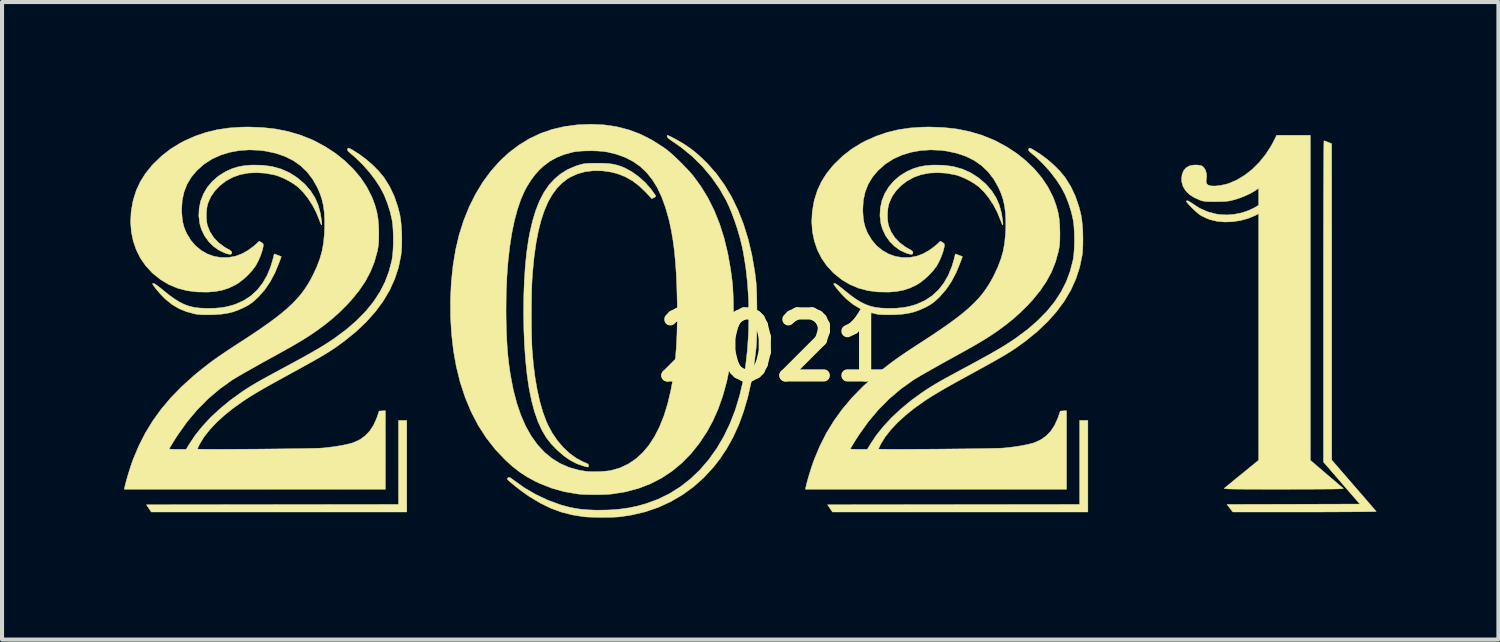
<source format=kicad_pcb>
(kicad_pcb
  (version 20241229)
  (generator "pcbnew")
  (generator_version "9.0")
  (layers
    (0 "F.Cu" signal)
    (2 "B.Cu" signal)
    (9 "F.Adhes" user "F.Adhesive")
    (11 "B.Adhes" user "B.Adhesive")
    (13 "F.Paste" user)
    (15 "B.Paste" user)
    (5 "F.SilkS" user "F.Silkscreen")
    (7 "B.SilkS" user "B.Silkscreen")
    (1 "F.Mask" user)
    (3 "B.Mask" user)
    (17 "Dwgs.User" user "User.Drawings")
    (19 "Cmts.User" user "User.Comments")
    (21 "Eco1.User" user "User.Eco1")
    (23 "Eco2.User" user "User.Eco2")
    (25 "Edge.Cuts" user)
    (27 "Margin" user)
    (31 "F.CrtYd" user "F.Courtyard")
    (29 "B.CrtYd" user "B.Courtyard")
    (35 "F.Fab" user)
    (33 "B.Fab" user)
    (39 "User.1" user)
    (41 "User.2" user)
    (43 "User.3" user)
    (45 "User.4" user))
  (footprint "2021"
    (layer "F.Cu")
    (at 16.044 5.491)
    (property "Reference" "2021" (at 0 0 0) (layer "F.SilkS") (effects (font (size 1.524 1.524) (thickness 0.3))))
    (attr through_hole)
    (fp_poly (pts (xy -9.093 4.047) (xy -15.375 4.047) (xy -15.494 3.869) (xy -12.395 3.865) (xy -9.296 3.861) (xy -9.296 1.795) (xy -9.093 1.795) (xy -9.093 4.047)) (stroke (width 0.01) (type solid)) (fill yes) (layer "F.SilkS"))
    (fp_poly (pts (xy 7.654 4.047) (xy 1.373 4.047) (xy 1.253 3.869) (xy 4.352 3.865) (xy 7.451 3.861) (xy 7.451 1.795) (xy 7.654 1.795) (xy 7.654 4.047)) (stroke (width 0.01) (type solid)) (fill yes) (layer "F.SilkS"))
    (fp_poly (pts (xy 13.482 -5.074) (xy 13.525 -5.058) (xy 13.561 -5.044) (xy 13.648 -5.008) (xy 13.649 -1.12) (xy 13.649 2.769) (xy 14.192 3.395) (xy 14.3 3.52) (xy 14.401 3.636) (xy 14.493 3.743) (xy 14.574 3.836) (xy 14.641 3.915) (xy 14.693 3.976) (xy 14.728 4.016) (xy 14.743 4.034) (xy 14.743 4.034) (xy 14.728 4.036) (xy 14.68 4.038) (xy 14.604 4.039) (xy 14.5 4.041) (xy 14.371 4.042) (xy 14.219 4.043) (xy 14.047 4.044) (xy 13.856 4.045) (xy 13.649 4.046) (xy 13.428 4.047) (xy 13.196 4.047) (xy 12.984 4.047) (xy 11.218 4.047) (xy 11.073 3.861) (xy 12.707 3.857) (xy 14.341 3.852) (xy 13.894 3.336) (xy 13.447 2.819) (xy 13.446 -1.13) (xy 13.446 -1.505) (xy 13.446 -1.869) (xy 13.446 -2.221) (xy 13.447 -2.558) (xy 13.447 -2.881) (xy 13.448 -3.188) (xy 13.448 -3.476) (xy 13.449 -3.746) (xy 13.45 -3.995) (xy 13.451 -4.221) (xy 13.452 -4.425) (xy 13.453 -4.603) (xy 13.454 -4.756) (xy 13.455 -4.88) (xy 13.456 -4.976) (xy 13.458 -5.042) (xy 13.459 -5.075) (xy 13.46 -5.08) (xy 13.482 -5.074)) (stroke (width 0.01) (type solid)) (fill yes) (layer "F.SilkS"))
    (fp_poly (pts (xy -12.264 -2.266) (xy -12.177 -2.233) (xy -12.227 -2.095) (xy -12.331 -1.841) (xy -12.449 -1.617) (xy -12.582 -1.421) (xy -12.731 -1.25) (xy -12.768 -1.214) (xy -12.848 -1.14) (xy -12.918 -1.085) (xy -12.989 -1.038) (xy -13.074 -0.992) (xy -13.094 -0.982) (xy -13.231 -0.92) (xy -13.362 -0.873) (xy -13.495 -0.84) (xy -13.639 -0.818) (xy -13.802 -0.806) (xy -13.894 -0.803) (xy -14.031 -0.802) (xy -14.141 -0.804) (xy -14.227 -0.81) (xy -14.297 -0.821) (xy -14.298 -0.821) (xy -14.508 -0.877) (xy -14.695 -0.954) (xy -14.864 -1.055) (xy -15.022 -1.183) (xy -15.04 -1.2) (xy -15.102 -1.262) (xy -15.165 -1.329) (xy -15.225 -1.398) (xy -15.276 -1.461) (xy -15.315 -1.514) (xy -15.338 -1.552) (xy -15.342 -1.564) (xy -15.331 -1.577) (xy -15.297 -1.565) (xy -15.241 -1.529) (xy -15.162 -1.469) (xy -15.11 -1.427) (xy -14.955 -1.301) (xy -14.816 -1.2) (xy -14.688 -1.119) (xy -14.566 -1.058) (xy -14.445 -1.014) (xy -14.319 -0.984) (xy -14.182 -0.967) (xy -14.03 -0.96) (xy -13.987 -0.96) (xy -13.808 -0.963) (xy -13.653 -0.977) (xy -13.511 -1.001) (xy -13.372 -1.039) (xy -13.288 -1.067) (xy -13.095 -1.155) (xy -12.921 -1.27) (xy -12.768 -1.412) (xy -12.636 -1.58) (xy -12.525 -1.773) (xy -12.436 -1.991) (xy -12.388 -2.153) (xy -12.351 -2.298) (xy -12.264 -2.266)) (stroke (width 0.01) (type solid)) (fill yes) (layer "F.SilkS"))
    (fp_poly (pts (xy 4.483 -2.266) (xy 4.57 -2.233) (xy 4.52 -2.095) (xy 4.416 -1.841) (xy 4.298 -1.617) (xy 4.165 -1.421) (xy 4.016 -1.25) (xy 3.98 -1.214) (xy 3.899 -1.14) (xy 3.829 -1.085) (xy 3.758 -1.038) (xy 3.673 -0.992) (xy 3.653 -0.982) (xy 3.516 -0.92) (xy 3.385 -0.873) (xy 3.252 -0.84) (xy 3.108 -0.818) (xy 2.945 -0.806) (xy 2.853 -0.803) (xy 2.716 -0.802) (xy 2.606 -0.804) (xy 2.52 -0.81) (xy 2.45 -0.821) (xy 2.449 -0.821) (xy 2.239 -0.877) (xy 2.052 -0.954) (xy 1.883 -1.055) (xy 1.725 -1.183) (xy 1.707 -1.2) (xy 1.645 -1.262) (xy 1.582 -1.329) (xy 1.523 -1.398) (xy 1.471 -1.461) (xy 1.432 -1.514) (xy 1.409 -1.552) (xy 1.405 -1.564) (xy 1.417 -1.577) (xy 1.45 -1.565) (xy 1.506 -1.529) (xy 1.585 -1.469) (xy 1.637 -1.427) (xy 1.792 -1.301) (xy 1.931 -1.2) (xy 2.059 -1.119) (xy 2.181 -1.058) (xy 2.302 -1.014) (xy 2.428 -0.984) (xy 2.565 -0.967) (xy 2.717 -0.96) (xy 2.76 -0.96) (xy 2.939 -0.963) (xy 3.094 -0.977) (xy 3.236 -1.001) (xy 3.375 -1.039) (xy 3.459 -1.067) (xy 3.652 -1.155) (xy 3.826 -1.27) (xy 3.979 -1.412) (xy 4.111 -1.58) (xy 4.222 -1.773) (xy 4.311 -1.991) (xy 4.359 -2.153) (xy 4.396 -2.298) (xy 4.483 -2.266)) (stroke (width 0.01) (type solid)) (fill yes) (layer "F.SilkS"))
    (fp_poly (pts (xy -12.638 -4.479) (xy -12.402 -4.447) (xy -12.182 -4.386) (xy -11.978 -4.295) (xy -11.789 -4.175) (xy -11.613 -4.025) (xy -11.582 -3.994) (xy -11.452 -3.841) (xy -11.349 -3.678) (xy -11.271 -3.498) (xy -11.217 -3.299) (xy -11.185 -3.091) (xy -11.181 -3.034) (xy -11.185 -3.01) (xy -11.196 -3.017) (xy -11.215 -3.058) (xy -11.242 -3.131) (xy -11.243 -3.133) (xy -11.318 -3.318) (xy -11.413 -3.499) (xy -11.522 -3.667) (xy -11.641 -3.816) (xy -11.765 -3.939) (xy -11.775 -3.948) (xy -11.875 -4.021) (xy -11.994 -4.093) (xy -12.122 -4.158) (xy -12.247 -4.21) (xy -12.349 -4.241) (xy -12.571 -4.282) (xy -12.788 -4.296) (xy -12.996 -4.285) (xy -13.191 -4.247) (xy -13.367 -4.185) (xy -13.536 -4.093) (xy -13.684 -3.98) (xy -13.809 -3.851) (xy -13.908 -3.708) (xy -13.977 -3.554) (xy -13.995 -3.496) (xy -14.011 -3.404) (xy -14.019 -3.295) (xy -14.019 -3.182) (xy -14.01 -3.076) (xy -13.994 -2.996) (xy -13.931 -2.841) (xy -13.839 -2.699) (xy -13.721 -2.574) (xy -13.579 -2.469) (xy -13.517 -2.433) (xy -13.454 -2.399) (xy -13.417 -2.372) (xy -13.399 -2.35) (xy -13.394 -2.327) (xy -13.402 -2.299) (xy -13.426 -2.287) (xy -13.472 -2.292) (xy -13.543 -2.312) (xy -13.557 -2.317) (xy -13.708 -2.387) (xy -13.846 -2.484) (xy -13.966 -2.605) (xy -14.066 -2.745) (xy -14.141 -2.9) (xy -14.182 -3.04) (xy -14.206 -3.233) (xy -14.197 -3.422) (xy -14.158 -3.605) (xy -14.089 -3.779) (xy -13.993 -3.94) (xy -13.869 -4.086) (xy -13.721 -4.214) (xy -13.549 -4.321) (xy -13.523 -4.334) (xy -13.385 -4.395) (xy -13.247 -4.438) (xy -13.1 -4.466) (xy -12.932 -4.481) (xy -12.892 -4.483) (xy -12.638 -4.479)) (stroke (width 0.01) (type solid)) (fill yes) (layer "F.SilkS"))
    (fp_poly (pts (xy 4.109 -4.479) (xy 4.345 -4.447) (xy 4.565 -4.386) (xy 4.769 -4.295) (xy 4.958 -4.175) (xy 5.134 -4.025) (xy 5.165 -3.994) (xy 5.295 -3.841) (xy 5.398 -3.678) (xy 5.476 -3.498) (xy 5.53 -3.299) (xy 5.562 -3.091) (xy 5.566 -3.034) (xy 5.562 -3.01) (xy 5.551 -3.017) (xy 5.532 -3.058) (xy 5.505 -3.131) (xy 5.504 -3.133) (xy 5.429 -3.318) (xy 5.334 -3.499) (xy 5.225 -3.667) (xy 5.106 -3.816) (xy 4.982 -3.939) (xy 4.972 -3.948) (xy 4.873 -4.021) (xy 4.753 -4.093) (xy 4.625 -4.158) (xy 4.5 -4.21) (xy 4.398 -4.241) (xy 4.176 -4.282) (xy 3.959 -4.296) (xy 3.751 -4.285) (xy 3.556 -4.247) (xy 3.38 -4.185) (xy 3.211 -4.093) (xy 3.063 -3.98) (xy 2.938 -3.851) (xy 2.839 -3.708) (xy 2.77 -3.554) (xy 2.752 -3.496) (xy 2.736 -3.404) (xy 2.728 -3.295) (xy 2.728 -3.182) (xy 2.737 -3.076) (xy 2.753 -2.996) (xy 2.816 -2.841) (xy 2.908 -2.699) (xy 3.027 -2.574) (xy 3.168 -2.469) (xy 3.23 -2.433) (xy 3.293 -2.399) (xy 3.33 -2.372) (xy 3.348 -2.35) (xy 3.353 -2.327) (xy 3.346 -2.299) (xy 3.321 -2.287) (xy 3.275 -2.292) (xy 3.204 -2.312) (xy 3.19 -2.317) (xy 3.039 -2.387) (xy 2.901 -2.484) (xy 2.781 -2.605) (xy 2.681 -2.745) (xy 2.607 -2.9) (xy 2.565 -3.04) (xy 2.541 -3.233) (xy 2.55 -3.422) (xy 2.589 -3.605) (xy 2.658 -3.779) (xy 2.755 -3.94) (xy 2.878 -4.086) (xy 3.026 -4.214) (xy 3.198 -4.321) (xy 3.224 -4.334) (xy 3.362 -4.395) (xy 3.5 -4.438) (xy 3.647 -4.466) (xy 3.815 -4.481) (xy 3.855 -4.483) (xy 4.109 -4.479)) (stroke (width 0.01) (type solid)) (fill yes) (layer "F.SilkS"))
    (fp_poly (pts (xy -4.259 -4.527) (xy -4.132 -4.519) (xy -4.023 -4.505) (xy -3.923 -4.482) (xy -3.823 -4.449) (xy -3.717 -4.404) (xy -3.716 -4.404) (xy -3.553 -4.314) (xy -3.391 -4.197) (xy -3.237 -4.059) (xy -3.097 -3.904) (xy -2.99 -3.756) (xy -2.972 -3.725) (xy -2.975 -3.707) (xy -3.003 -3.689) (xy -3.014 -3.683) (xy -3.067 -3.656) (xy -3.217 -3.815) (xy -3.382 -3.973) (xy -3.551 -4.1) (xy -3.727 -4.198) (xy -3.915 -4.271) (xy -4.064 -4.309) (xy -4.284 -4.341) (xy -4.499 -4.344) (xy -4.705 -4.319) (xy -4.898 -4.266) (xy -5.074 -4.185) (xy -5.145 -4.142) (xy -5.283 -4.034) (xy -5.409 -3.903) (xy -5.523 -3.746) (xy -5.624 -3.565) (xy -5.713 -3.356) (xy -5.791 -3.121) (xy -5.858 -2.857) (xy -5.914 -2.564) (xy -5.96 -2.241) (xy -5.995 -1.887) (xy -6.011 -1.668) (xy -6.016 -1.559) (xy -6.021 -1.422) (xy -6.024 -1.264) (xy -6.026 -1.092) (xy -6.028 -0.91) (xy -6.028 -0.725) (xy -6.027 -0.542) (xy -6.025 -0.369) (xy -6.021 -0.211) (xy -6.017 -0.073) (xy -6.012 0.038) (xy -6.011 0.054) (xy -5.98 0.409) (xy -5.938 0.743) (xy -5.884 1.053) (xy -5.82 1.338) (xy -5.745 1.596) (xy -5.66 1.824) (xy -5.624 1.905) (xy -5.516 2.106) (xy -5.389 2.292) (xy -5.246 2.459) (xy -5.091 2.605) (xy -4.927 2.724) (xy -4.758 2.814) (xy -4.703 2.836) (xy -4.653 2.858) (xy -4.629 2.879) (xy -4.623 2.906) (xy -4.623 2.929) (xy -4.63 2.941) (xy -4.65 2.942) (xy -4.69 2.933) (xy -4.741 2.919) (xy -4.91 2.861) (xy -5.075 2.775) (xy -5.239 2.661) (xy -5.403 2.516) (xy -5.546 2.368) (xy -5.665 2.215) (xy -5.772 2.033) (xy -5.868 1.822) (xy -5.952 1.582) (xy -6.024 1.311) (xy -6.085 1.011) (xy -6.134 0.68) (xy -6.172 0.318) (xy -6.199 -0.075) (xy -6.213 -0.421) (xy -6.22 -0.849) (xy -6.216 -1.258) (xy -6.202 -1.644) (xy -6.178 -2.006) (xy -6.144 -2.341) (xy -6.099 -2.648) (xy -6.069 -2.811) (xy -6.001 -3.105) (xy -5.921 -3.369) (xy -5.828 -3.603) (xy -5.721 -3.809) (xy -5.599 -3.988) (xy -5.461 -4.14) (xy -5.307 -4.268) (xy -5.136 -4.373) (xy -4.947 -4.455) (xy -4.867 -4.481) (xy -4.81 -4.498) (xy -4.76 -4.51) (xy -4.71 -4.519) (xy -4.652 -4.524) (xy -4.58 -4.527) (xy -4.485 -4.528) (xy -4.411 -4.529) (xy -4.259 -4.527)) (stroke (width 0.01) (type solid)) (fill yes) (layer "F.SilkS"))
    (fp_poly (pts (xy -2.66 -5.207) (xy -2.613 -5.186) (xy -2.55 -5.153) (xy -2.477 -5.114) (xy -2.402 -5.072) (xy -2.329 -5.03) (xy -2.266 -4.991) (xy -2.252 -4.982) (xy -2.113 -4.887) (xy -1.982 -4.784) (xy -1.85 -4.666) (xy -1.709 -4.528) (xy -1.7 -4.519) (xy -1.482 -4.272) (xy -1.284 -3.998) (xy -1.106 -3.699) (xy -0.949 -3.375) (xy -0.813 -3.028) (xy -0.698 -2.658) (xy -0.606 -2.267) (xy -0.535 -1.856) (xy -0.505 -1.609) (xy -0.498 -1.522) (xy -0.493 -1.408) (xy -0.488 -1.271) (xy -0.485 -1.117) (xy -0.483 -0.952) (xy -0.483 -0.781) (xy -0.483 -0.611) (xy -0.485 -0.446) (xy -0.488 -0.293) (xy -0.493 -0.157) (xy -0.498 -0.043) (xy -0.505 0.034) (xy -0.557 0.462) (xy -0.626 0.863) (xy -0.711 1.236) (xy -0.813 1.583) (xy -0.932 1.907) (xy -1.07 2.209) (xy -1.227 2.491) (xy -1.402 2.753) (xy -1.556 2.949) (xy -1.789 3.202) (xy -2.042 3.427) (xy -2.313 3.624) (xy -2.602 3.793) (xy -2.907 3.933) (xy -3.228 4.043) (xy -3.563 4.122) (xy -3.852 4.166) (xy -3.937 4.172) (xy -4.046 4.177) (xy -4.172 4.179) (xy -4.306 4.18) (xy -4.44 4.178) (xy -4.564 4.175) (xy -4.67 4.17) (xy -4.741 4.164) (xy -5.024 4.119) (xy -5.292 4.05) (xy -5.551 3.955) (xy -5.805 3.831) (xy -6.062 3.677) (xy -6.093 3.657) (xy -6.17 3.604) (xy -6.253 3.544) (xy -6.337 3.481) (xy -6.417 3.418) (xy -6.49 3.359) (xy -6.551 3.308) (xy -6.596 3.267) (xy -6.619 3.242) (xy -6.621 3.236) (xy -6.609 3.214) (xy -6.597 3.201) (xy -6.579 3.195) (xy -6.553 3.203) (xy -6.513 3.228) (xy -6.465 3.265) (xy -6.201 3.453) (xy -5.918 3.618) (xy -5.623 3.757) (xy -5.324 3.867) (xy -5.258 3.886) (xy -5.1 3.928) (xy -4.951 3.959) (xy -4.801 3.981) (xy -4.641 3.994) (xy -4.462 4.001) (xy -4.369 4.002) (xy -4.108 3.997) (xy -3.87 3.979) (xy -3.646 3.948) (xy -3.428 3.903) (xy -3.209 3.842) (xy -2.912 3.733) (xy -2.63 3.594) (xy -2.363 3.426) (xy -2.114 3.231) (xy -1.882 3.009) (xy -1.669 2.761) (xy -1.474 2.489) (xy -1.3 2.193) (xy -1.146 1.874) (xy -1.014 1.534) (xy -0.905 1.173) (xy -0.821 0.811) (xy -0.76 0.439) (xy -0.716 0.047) (xy -0.69 -0.357) (xy -0.681 -0.767) (xy -0.689 -1.176) (xy -0.715 -1.579) (xy -0.758 -1.968) (xy -0.818 -2.337) (xy -0.847 -2.476) (xy -0.897 -2.681) (xy -0.959 -2.896) (xy -1.03 -3.109) (xy -1.106 -3.314) (xy -1.185 -3.5) (xy -1.236 -3.607) (xy -1.406 -3.906) (xy -1.605 -4.19) (xy -1.83 -4.456) (xy -2.078 -4.7) (xy -2.348 -4.92) (xy -2.53 -5.047) (xy -2.614 -5.104) (xy -2.668 -5.148) (xy -2.691 -5.178) (xy -2.692 -5.184) (xy -2.688 -5.21) (xy -2.684 -5.215) (xy -2.66 -5.207)) (stroke (width 0.01) (type solid)) (fill yes) (layer "F.SilkS"))
    (fp_poly (pts (xy 13.123 2.775) (xy 13.516 3.111) (xy 13.615 3.195) (xy 13.707 3.273) (xy 13.788 3.342) (xy 13.854 3.398) (xy 13.903 3.44) (xy 13.931 3.463) (xy 13.935 3.467) (xy 13.933 3.47) (xy 13.917 3.474) (xy 13.884 3.476) (xy 13.834 3.479) (xy 13.763 3.481) (xy 13.671 3.483) (xy 13.556 3.484) (xy 13.417 3.485) (xy 13.251 3.486) (xy 13.056 3.487) (xy 12.832 3.487) (xy 12.576 3.488) (xy 12.472 3.488) (xy 12.209 3.488) (xy 11.978 3.488) (xy 11.777 3.487) (xy 11.604 3.487) (xy 11.458 3.486) (xy 11.336 3.485) (xy 11.236 3.484) (xy 11.157 3.482) (xy 11.097 3.48) (xy 11.054 3.477) (xy 11.026 3.474) (xy 11.01 3.471) (xy 11.006 3.467) (xy 11.007 3.465) (xy 11.026 3.449) (xy 11.068 3.415) (xy 11.129 3.364) (xy 11.206 3.301) (xy 11.296 3.227) (xy 11.396 3.146) (xy 11.443 3.108) (xy 11.853 2.773) (xy 11.853 -3.286) (xy 11.773 -3.245) (xy 11.595 -3.171) (xy 11.404 -3.119) (xy 11.209 -3.089) (xy 11.014 -3.083) (xy 10.829 -3.1) (xy 10.658 -3.141) (xy 10.65 -3.144) (xy 10.57 -3.175) (xy 10.488 -3.214) (xy 10.42 -3.251) (xy 10.409 -3.258) (xy 10.365 -3.291) (xy 10.311 -3.338) (xy 10.252 -3.392) (xy 10.194 -3.45) (xy 10.142 -3.504) (xy 10.102 -3.55) (xy 10.079 -3.582) (xy 10.075 -3.592) (xy 10.087 -3.607) (xy 10.12 -3.6) (xy 10.171 -3.572) (xy 10.216 -3.541) (xy 10.4 -3.422) (xy 10.595 -3.336) (xy 10.802 -3.28) (xy 10.893 -3.266) (xy 11.071 -3.257) (xy 11.258 -3.272) (xy 11.443 -3.31) (xy 11.616 -3.369) (xy 11.748 -3.434) (xy 11.853 -3.495) (xy 11.853 -3.913) (xy 11.776 -3.86) (xy 11.676 -3.8) (xy 11.555 -3.74) (xy 11.422 -3.685) (xy 11.29 -3.64) (xy 11.247 -3.628) (xy 11.179 -3.611) (xy 11.118 -3.599) (xy 11.056 -3.591) (xy 10.984 -3.586) (xy 10.893 -3.584) (xy 10.803 -3.583) (xy 10.696 -3.583) (xy 10.615 -3.584) (xy 10.554 -3.588) (xy 10.505 -3.594) (xy 10.461 -3.604) (xy 10.415 -3.619) (xy 10.409 -3.621) (xy 10.268 -3.683) (xy 10.15 -3.76) (xy 10.058 -3.852) (xy 9.995 -3.955) (xy 9.962 -4.067) (xy 9.957 -4.13) (xy 9.97 -4.249) (xy 10.007 -4.344) (xy 10.068 -4.416) (xy 10.152 -4.463) (xy 10.258 -4.484) (xy 10.337 -4.484) (xy 10.402 -4.478) (xy 10.446 -4.466) (xy 10.481 -4.444) (xy 10.498 -4.429) (xy 10.541 -4.367) (xy 10.567 -4.287) (xy 10.575 -4.199) (xy 10.567 -4.142) (xy 10.561 -4.072) (xy 10.578 -4.02) (xy 10.621 -3.986) (xy 10.691 -3.969) (xy 10.79 -3.968) (xy 10.869 -3.976) (xy 10.951 -3.99) (xy 11.033 -4.007) (xy 11.099 -4.024) (xy 11.11 -4.028) (xy 11.314 -4.115) (xy 11.51 -4.233) (xy 11.696 -4.379) (xy 11.869 -4.551) (xy 12.025 -4.744) (xy 12.162 -4.957) (xy 12.218 -5.062) (xy 12.295 -5.215) (xy 13.123 -5.215) (xy 13.123 2.775)) (stroke (width 0.01) (type solid)) (fill yes) (layer "F.SilkS"))
    (fp_poly (pts (xy -4.245 -5.472) (xy -3.936 -5.427) (xy -3.639 -5.351) (xy -3.352 -5.244) (xy -3.074 -5.104) (xy -2.802 -4.932) (xy -2.684 -4.846) (xy -2.613 -4.787) (xy -2.526 -4.71) (xy -2.43 -4.619) (xy -2.33 -4.521) (xy -2.234 -4.422) (xy -2.146 -4.328) (xy -2.074 -4.246) (xy -2.049 -4.216) (xy -1.855 -3.95) (xy -1.682 -3.665) (xy -1.531 -3.361) (xy -1.401 -3.036) (xy -1.291 -2.689) (xy -1.201 -2.317) (xy -1.13 -1.92) (xy -1.089 -1.609) (xy -1.078 -1.483) (xy -1.07 -1.331) (xy -1.063 -1.159) (xy -1.06 -0.975) (xy -1.058 -0.784) (xy -1.059 -0.593) (xy -1.063 -0.408) (xy -1.069 -0.237) (xy -1.077 -0.085) (xy -1.088 0.041) (xy -1.09 0.059) (xy -1.148 0.462) (xy -1.225 0.837) (xy -1.321 1.187) (xy -1.436 1.513) (xy -1.571 1.816) (xy -1.708 2.068) (xy -1.897 2.354) (xy -2.103 2.612) (xy -2.327 2.841) (xy -2.569 3.042) (xy -2.828 3.213) (xy -3.104 3.355) (xy -3.396 3.467) (xy -3.705 3.55) (xy -4.03 3.603) (xy -4.051 3.606) (xy -4.144 3.613) (xy -4.261 3.618) (xy -4.392 3.621) (xy -4.528 3.621) (xy -4.66 3.619) (xy -4.778 3.614) (xy -4.874 3.607) (xy -4.888 3.605) (xy -5.211 3.551) (xy -5.524 3.464) (xy -5.826 3.345) (xy -5.935 3.293) (xy -6.133 3.185) (xy -6.314 3.067) (xy -6.489 2.931) (xy -6.666 2.771) (xy -6.668 2.77) (xy -6.915 2.509) (xy -7.137 2.226) (xy -7.334 1.92) (xy -7.506 1.591) (xy -7.654 1.239) (xy -7.778 0.864) (xy -7.875 0.472) (xy -7.945 0.079) (xy -7.992 -0.333) (xy -8.017 -0.756) (xy -8.017 -0.93) (xy -6.652 -0.93) (xy -6.65 -0.686) (xy -6.643 -0.421) (xy -6.634 -0.183) (xy -6.62 0.035) (xy -6.602 0.24) (xy -6.579 0.439) (xy -6.55 0.638) (xy -6.544 0.677) (xy -6.475 1.037) (xy -6.389 1.367) (xy -6.287 1.668) (xy -6.168 1.94) (xy -6.031 2.182) (xy -5.878 2.395) (xy -5.708 2.578) (xy -5.521 2.733) (xy -5.317 2.857) (xy -5.096 2.953) (xy -4.858 3.019) (xy -4.691 3.047) (xy -4.592 3.055) (xy -4.474 3.057) (xy -4.348 3.054) (xy -4.225 3.046) (xy -4.117 3.034) (xy -4.064 3.024) (xy -3.849 2.962) (xy -3.65 2.869) (xy -3.465 2.745) (xy -3.296 2.592) (xy -3.141 2.409) (xy -3.002 2.196) (xy -2.878 1.953) (xy -2.769 1.681) (xy -2.676 1.379) (xy -2.598 1.049) (xy -2.558 0.83) (xy -2.518 0.558) (xy -2.487 0.277) (xy -2.464 -0.018) (xy -2.449 -0.33) (xy -2.442 -0.666) (xy -2.442 -1.028) (xy -2.444 -1.135) (xy -2.453 -1.489) (xy -2.467 -1.813) (xy -2.488 -2.11) (xy -2.514 -2.384) (xy -2.548 -2.638) (xy -2.589 -2.875) (xy -2.636 -3.099) (xy -2.651 -3.158) (xy -2.733 -3.445) (xy -2.827 -3.702) (xy -2.935 -3.93) (xy -3.058 -4.129) (xy -3.198 -4.302) (xy -3.354 -4.449) (xy -3.529 -4.571) (xy -3.723 -4.671) (xy -3.938 -4.749) (xy -4.161 -4.803) (xy -4.265 -4.818) (xy -4.391 -4.828) (xy -4.528 -4.833) (xy -4.669 -4.832) (xy -4.803 -4.826) (xy -4.921 -4.815) (xy -5.004 -4.802) (xy -5.216 -4.745) (xy -5.403 -4.671) (xy -5.572 -4.578) (xy -5.729 -4.46) (xy -5.835 -4.362) (xy -5.933 -4.253) (xy -6.032 -4.122) (xy -6.123 -3.98) (xy -6.193 -3.852) (xy -6.288 -3.637) (xy -6.372 -3.39) (xy -6.446 -3.115) (xy -6.509 -2.811) (xy -6.56 -2.481) (xy -6.601 -2.127) (xy -6.63 -1.749) (xy -6.647 -1.35) (xy -6.652 -0.93) (xy -8.017 -0.93) (xy -8.018 -1.183) (xy -7.998 -1.607) (xy -7.954 -2.021) (xy -7.891 -2.405) (xy -7.804 -2.772) (xy -7.692 -3.123) (xy -7.557 -3.457) (xy -7.4 -3.771) (xy -7.222 -4.065) (xy -7.023 -4.335) (xy -6.806 -4.579) (xy -6.583 -4.786) (xy -6.333 -4.975) (xy -6.071 -5.135) (xy -5.797 -5.264) (xy -5.508 -5.363) (xy -5.204 -5.433) (xy -4.884 -5.474) (xy -4.568 -5.486) (xy -4.245 -5.472)) (stroke (width 0.01) (type solid)) (fill yes) (layer "F.SilkS"))
    (fp_poly (pts (xy -12.642 -5.406) (xy -12.311 -5.369) (xy -11.996 -5.305) (xy -11.696 -5.216) (xy -11.407 -5.099) (xy -11.367 -5.08) (xy -11.096 -4.935) (xy -10.844 -4.77) (xy -10.615 -4.587) (xy -10.409 -4.387) (xy -10.229 -4.174) (xy -10.078 -3.948) (xy -9.957 -3.712) (xy -9.925 -3.635) (xy -9.869 -3.478) (xy -9.828 -3.328) (xy -9.801 -3.176) (xy -9.786 -3.011) (xy -9.78 -2.824) (xy -9.78 -2.819) (xy -9.781 -2.702) (xy -9.783 -2.608) (xy -9.789 -2.531) (xy -9.798 -2.461) (xy -9.811 -2.388) (xy -9.819 -2.354) (xy -9.889 -2.1) (xy -9.988 -1.856) (xy -10.114 -1.619) (xy -10.272 -1.387) (xy -10.46 -1.158) (xy -10.566 -1.044) (xy -10.741 -0.87) (xy -10.911 -0.716) (xy -11.088 -0.572) (xy -11.281 -0.429) (xy -11.364 -0.371) (xy -11.445 -0.316) (xy -11.527 -0.262) (xy -11.614 -0.207) (xy -11.709 -0.149) (xy -11.816 -0.086) (xy -11.937 -0.016) (xy -12.077 0.063) (xy -12.238 0.152) (xy -12.424 0.255) (xy -12.514 0.304) (xy -12.662 0.386) (xy -12.807 0.468) (xy -12.946 0.546) (xy -13.075 0.619) (xy -13.188 0.684) (xy -13.282 0.74) (xy -13.354 0.783) (xy -13.386 0.803) (xy -13.692 1.022) (xy -13.977 1.264) (xy -14.242 1.531) (xy -14.489 1.824) (xy -14.719 2.146) (xy -14.801 2.273) (xy -14.848 2.349) (xy -14.887 2.414) (xy -14.917 2.464) (xy -14.933 2.492) (xy -14.935 2.497) (xy -14.919 2.501) (xy -14.876 2.503) (xy -14.812 2.505) (xy -14.733 2.506) (xy -14.725 2.506) (xy -14.516 2.506) (xy -14.445 2.386) (xy -14.298 2.165) (xy -14.12 1.943) (xy -13.915 1.723) (xy -13.685 1.509) (xy -13.434 1.302) (xy -13.164 1.107) (xy -13.157 1.102) (xy -13.085 1.054) (xy -13.016 1.009) (xy -12.948 0.966) (xy -12.876 0.922) (xy -12.798 0.875) (xy -12.709 0.824) (xy -12.606 0.767) (xy -12.485 0.701) (xy -12.344 0.624) (xy -12.178 0.534) (xy -12.078 0.481) (xy -11.866 0.366) (xy -11.681 0.265) (xy -11.519 0.175) (xy -11.377 0.094) (xy -11.252 0.021) (xy -11.139 -0.047) (xy -11.037 -0.112) (xy -10.941 -0.175) (xy -10.852 -0.236) (xy -10.568 -0.448) (xy -10.317 -0.667) (xy -10.098 -0.891) (xy -9.91 -1.123) (xy -9.753 -1.363) (xy -9.626 -1.612) (xy -9.529 -1.872) (xy -9.46 -2.142) (xy -9.455 -2.169) (xy -9.44 -2.276) (xy -9.43 -2.408) (xy -9.424 -2.554) (xy -9.424 -2.707) (xy -9.428 -2.856) (xy -9.437 -2.992) (xy -9.451 -3.107) (xy -9.455 -3.132) (xy -9.501 -3.331) (xy -9.566 -3.537) (xy -9.642 -3.73) (xy -9.655 -3.759) (xy -9.751 -3.941) (xy -9.874 -4.128) (xy -10.018 -4.315) (xy -10.178 -4.495) (xy -10.349 -4.662) (xy -10.432 -4.734) (xy -10.493 -4.786) (xy -10.531 -4.821) (xy -10.549 -4.846) (xy -10.553 -4.865) (xy -10.548 -4.879) (xy -10.537 -4.896) (xy -10.523 -4.9) (xy -10.497 -4.891) (xy -10.451 -4.867) (xy -10.434 -4.858) (xy -10.262 -4.75) (xy -10.092 -4.623) (xy -9.93 -4.483) (xy -9.785 -4.337) (xy -9.663 -4.191) (xy -9.649 -4.171) (xy -9.514 -3.956) (xy -9.401 -3.717) (xy -9.312 -3.457) (xy -9.262 -3.26) (xy -9.242 -3.136) (xy -9.227 -2.989) (xy -9.217 -2.828) (xy -9.214 -2.662) (xy -9.216 -2.501) (xy -9.224 -2.354) (xy -9.236 -2.257) (xy -9.296 -1.965) (xy -9.389 -1.681) (xy -9.514 -1.405) (xy -9.673 -1.137) (xy -9.865 -0.877) (xy -10.089 -0.626) (xy -10.346 -0.383) (xy -10.636 -0.148) (xy -10.823 -0.013) (xy -10.89 0.033) (xy -10.958 0.078) (xy -11.03 0.124) (xy -11.11 0.173) (xy -11.199 0.226) (xy -11.302 0.285) (xy -11.422 0.353) (xy -11.561 0.431) (xy -11.723 0.52) (xy -11.911 0.623) (xy -11.963 0.652) (xy -12.157 0.758) (xy -12.324 0.85) (xy -12.468 0.93) (xy -12.592 1) (xy -12.7 1.063) (xy -12.796 1.119) (xy -12.881 1.171) (xy -12.961 1.22) (xy -13.038 1.27) (xy -13.115 1.321) (xy -13.36 1.495) (xy -13.58 1.672) (xy -13.774 1.85) (xy -13.94 2.027) (xy -14.077 2.202) (xy -14.182 2.372) (xy -14.192 2.391) (xy -14.217 2.443) (xy -14.235 2.482) (xy -14.241 2.499) (xy -14.224 2.501) (xy -14.177 2.503) (xy -14.102 2.504) (xy -14.001 2.505) (xy -13.878 2.506) (xy -13.735 2.506) (xy -13.577 2.506) (xy -13.404 2.505) (xy -13.221 2.504) (xy -13.03 2.503) (xy -12.834 2.502) (xy -12.636 2.5) (xy -12.438 2.498) (xy -12.245 2.496) (xy -12.058 2.494) (xy -11.88 2.491) (xy -11.715 2.489) (xy -11.566 2.486) (xy -11.434 2.483) (xy -11.324 2.481) (xy -11.237 2.478) (xy -11.178 2.475) (xy -11.159 2.474) (xy -10.992 2.456) (xy -10.832 2.434) (xy -10.684 2.409) (xy -10.554 2.382) (xy -10.448 2.355) (xy -10.407 2.342) (xy -10.251 2.271) (xy -10.117 2.176) (xy -10.004 2.057) (xy -9.909 1.912) (xy -9.831 1.738) (xy -9.82 1.706) (xy -9.772 1.566) (xy -9.618 1.556) (xy -9.618 3.488) (xy -16.039 3.488) (xy -16.027 3.433) (xy -16.007 3.348) (xy -15.978 3.241) (xy -15.943 3.121) (xy -15.904 2.996) (xy -15.865 2.877) (xy -15.828 2.773) (xy -15.821 2.754) (xy -15.681 2.421) (xy -15.521 2.105) (xy -15.337 1.805) (xy -15.129 1.517) (xy -14.893 1.238) (xy -14.629 0.967) (xy -14.334 0.701) (xy -14.149 0.548) (xy -14.042 0.464) (xy -13.938 0.384) (xy -13.832 0.306) (xy -13.719 0.226) (xy -13.593 0.14) (xy -13.451 0.045) (xy -13.288 -0.062) (xy -13.2 -0.119) (xy -12.941 -0.287) (xy -12.71 -0.443) (xy -12.505 -0.586) (xy -12.323 -0.72) (xy -12.163 -0.846) (xy -12.021 -0.967) (xy -11.896 -1.084) (xy -11.786 -1.2) (xy -11.687 -1.316) (xy -11.6 -1.435) (xy -11.52 -1.558) (xy -11.445 -1.688) (xy -11.399 -1.778) (xy -11.304 -1.982) (xy -11.231 -2.174) (xy -11.177 -2.363) (xy -11.141 -2.56) (xy -11.12 -2.773) (xy -11.113 -2.913) (xy -11.111 -3.127) (xy -11.121 -3.316) (xy -11.143 -3.485) (xy -11.179 -3.642) (xy -11.23 -3.792) (xy -11.294 -3.937) (xy -11.41 -4.14) (xy -11.547 -4.317) (xy -11.705 -4.468) (xy -11.886 -4.595) (xy -12.089 -4.696) (xy -12.314 -4.773) (xy -12.563 -4.826) (xy -12.708 -4.845) (xy -12.96 -4.856) (xy -13.206 -4.84) (xy -13.443 -4.797) (xy -13.667 -4.728) (xy -13.874 -4.635) (xy -14.06 -4.517) (xy -14.086 -4.497) (xy -14.253 -4.349) (xy -14.389 -4.187) (xy -14.495 -4.011) (xy -14.569 -3.821) (xy -14.614 -3.616) (xy -14.627 -3.397) (xy -14.626 -3.329) (xy -14.615 -3.185) (xy -14.597 -3.065) (xy -14.569 -2.958) (xy -14.527 -2.852) (xy -14.504 -2.802) (xy -14.407 -2.64) (xy -14.288 -2.501) (xy -14.151 -2.387) (xy -13.999 -2.299) (xy -13.835 -2.24) (xy -13.662 -2.21) (xy -13.483 -2.21) (xy -13.302 -2.243) (xy -13.293 -2.246) (xy -13.147 -2.301) (xy -12.998 -2.384) (xy -12.854 -2.489) (xy -12.782 -2.553) (xy -12.72 -2.612) (xy -12.666 -2.58) (xy -12.634 -2.558) (xy -12.62 -2.535) (xy -12.621 -2.498) (xy -12.624 -2.473) (xy -12.646 -2.379) (xy -12.683 -2.269) (xy -12.73 -2.155) (xy -12.784 -2.049) (xy -12.817 -1.993) (xy -12.899 -1.885) (xy -13.001 -1.775) (xy -13.114 -1.672) (xy -13.229 -1.584) (xy -13.319 -1.529) (xy -13.472 -1.458) (xy -13.625 -1.408) (xy -13.788 -1.376) (xy -13.971 -1.36) (xy -13.989 -1.359) (xy -14.253 -1.363) (xy -14.501 -1.395) (xy -14.731 -1.456) (xy -14.947 -1.547) (xy -15.148 -1.668) (xy -15.336 -1.819) (xy -15.353 -1.834) (xy -15.51 -2.004) (xy -15.641 -2.192) (xy -15.744 -2.398) (xy -15.819 -2.617) (xy -15.866 -2.848) (xy -15.883 -3.088) (xy -15.87 -3.335) (xy -15.827 -3.586) (xy -15.816 -3.631) (xy -15.743 -3.861) (xy -15.644 -4.074) (xy -15.518 -4.275) (xy -15.361 -4.469) (xy -15.317 -4.516) (xy -15.113 -4.712) (xy -14.897 -4.879) (xy -14.663 -5.023) (xy -14.554 -5.08) (xy -14.294 -5.195) (xy -14.031 -5.285) (xy -13.76 -5.351) (xy -13.475 -5.394) (xy -13.171 -5.415) (xy -12.994 -5.419) (xy -12.642 -5.406)) (stroke (width 0.01) (type solid)) (fill yes) (layer "F.SilkS"))
    (fp_poly (pts (xy 4.105 -5.406) (xy 4.436 -5.369) (xy 4.751 -5.305) (xy 5.051 -5.216) (xy 5.34 -5.099) (xy 5.38 -5.08) (xy 5.651 -4.935) (xy 5.903 -4.77) (xy 6.132 -4.587) (xy 6.338 -4.387) (xy 6.518 -4.174) (xy 6.669 -3.948) (xy 6.79 -3.712) (xy 6.822 -3.635) (xy 6.878 -3.478) (xy 6.919 -3.328) (xy 6.946 -3.176) (xy 6.961 -3.011) (xy 6.967 -2.824) (xy 6.967 -2.819) (xy 6.966 -2.702) (xy 6.964 -2.608) (xy 6.958 -2.531) (xy 6.949 -2.461) (xy 6.936 -2.388) (xy 6.928 -2.354) (xy 6.858 -2.1) (xy 6.76 -1.856) (xy 6.633 -1.619) (xy 6.475 -1.387) (xy 6.287 -1.158) (xy 6.181 -1.044) (xy 6.006 -0.87) (xy 5.836 -0.716) (xy 5.659 -0.572) (xy 5.466 -0.429) (xy 5.383 -0.371) (xy 5.302 -0.316) (xy 5.22 -0.262) (xy 5.133 -0.207) (xy 5.038 -0.149) (xy 4.931 -0.086) (xy 4.81 -0.016) (xy 4.67 0.063) (xy 4.509 0.152) (xy 4.323 0.255) (xy 4.233 0.304) (xy 4.085 0.386) (xy 3.94 0.468) (xy 3.801 0.546) (xy 3.673 0.619) (xy 3.559 0.684) (xy 3.465 0.74) (xy 3.393 0.783) (xy 3.361 0.803) (xy 3.055 1.022) (xy 2.77 1.264) (xy 2.505 1.531) (xy 2.258 1.824) (xy 2.028 2.146) (xy 1.946 2.273) (xy 1.899 2.349) (xy 1.86 2.414) (xy 1.83 2.464) (xy 1.814 2.492) (xy 1.812 2.497) (xy 1.828 2.501) (xy 1.871 2.503) (xy 1.935 2.505) (xy 2.014 2.506) (xy 2.022 2.506) (xy 2.231 2.506) (xy 2.303 2.386) (xy 2.449 2.165) (xy 2.627 1.943) (xy 2.832 1.723) (xy 3.062 1.509) (xy 3.313 1.302) (xy 3.583 1.107) (xy 3.59 1.102) (xy 3.662 1.054) (xy 3.731 1.009) (xy 3.799 0.966) (xy 3.871 0.922) (xy 3.949 0.875) (xy 4.038 0.824) (xy 4.141 0.767) (xy 4.262 0.701) (xy 4.403 0.624) (xy 4.569 0.534) (xy 4.669 0.481) (xy 4.881 0.366) (xy 5.066 0.265) (xy 5.228 0.175) (xy 5.37 0.094) (xy 5.495 0.021) (xy 5.608 -0.047) (xy 5.71 -0.112) (xy 5.806 -0.175) (xy 5.895 -0.236) (xy 6.179 -0.448) (xy 6.43 -0.667) (xy 6.649 -0.891) (xy 6.837 -1.123) (xy 6.994 -1.363) (xy 7.121 -1.612) (xy 7.218 -1.872) (xy 7.287 -2.142) (xy 7.292 -2.169) (xy 7.307 -2.276) (xy 7.317 -2.408) (xy 7.323 -2.554) (xy 7.323 -2.707) (xy 7.319 -2.856) (xy 7.31 -2.992) (xy 7.297 -3.107) (xy 7.292 -3.132) (xy 7.246 -3.331) (xy 7.181 -3.537) (xy 7.105 -3.73) (xy 7.092 -3.759) (xy 6.996 -3.941) (xy 6.873 -4.128) (xy 6.729 -4.315) (xy 6.569 -4.495) (xy 6.398 -4.662) (xy 6.315 -4.734) (xy 6.254 -4.786) (xy 6.216 -4.821) (xy 6.198 -4.846) (xy 6.194 -4.865) (xy 6.199 -4.879) (xy 6.21 -4.896) (xy 6.225 -4.9) (xy 6.251 -4.891) (xy 6.296 -4.867) (xy 6.313 -4.858) (xy 6.485 -4.75) (xy 6.656 -4.623) (xy 6.817 -4.483) (xy 6.963 -4.337) (xy 7.084 -4.191) (xy 7.098 -4.171) (xy 7.233 -3.956) (xy 7.346 -3.717) (xy 7.435 -3.457) (xy 7.485 -3.26) (xy 7.505 -3.136) (xy 7.52 -2.989) (xy 7.53 -2.828) (xy 7.533 -2.662) (xy 7.531 -2.501) (xy 7.523 -2.354) (xy 7.512 -2.257) (xy 7.451 -1.965) (xy 7.358 -1.681) (xy 7.233 -1.405) (xy 7.074 -1.137) (xy 6.882 -0.877) (xy 6.658 -0.626) (xy 6.401 -0.383) (xy 6.111 -0.148) (xy 5.924 -0.013) (xy 5.857 0.033) (xy 5.789 0.078) (xy 5.717 0.124) (xy 5.637 0.173) (xy 5.548 0.226) (xy 5.445 0.285) (xy 5.325 0.353) (xy 5.186 0.431) (xy 5.024 0.52) (xy 4.836 0.623) (xy 4.784 0.652) (xy 4.59 0.758) (xy 4.423 0.85) (xy 4.279 0.93) (xy 4.155 1) (xy 4.047 1.063) (xy 3.952 1.119) (xy 3.866 1.171) (xy 3.786 1.22) (xy 3.709 1.27) (xy 3.632 1.321) (xy 3.387 1.495) (xy 3.167 1.672) (xy 2.973 1.85) (xy 2.807 2.027) (xy 2.67 2.202) (xy 2.565 2.372) (xy 2.555 2.391) (xy 2.53 2.443) (xy 2.512 2.482) (xy 2.506 2.499) (xy 2.523 2.501) (xy 2.57 2.503) (xy 2.646 2.504) (xy 2.746 2.505) (xy 2.869 2.506) (xy 3.012 2.506) (xy 3.17 2.506) (xy 3.343 2.505) (xy 3.526 2.504) (xy 3.717 2.503) (xy 3.913 2.502) (xy 4.111 2.5) (xy 4.309 2.498) (xy 4.502 2.496) (xy 4.689 2.494) (xy 4.867 2.491) (xy 5.032 2.489) (xy 5.181 2.486) (xy 5.313 2.483) (xy 5.423 2.481) (xy 5.51 2.478) (xy 5.569 2.475) (xy 5.588 2.474) (xy 5.755 2.456) (xy 5.915 2.434) (xy 6.064 2.409) (xy 6.194 2.382) (xy 6.299 2.355) (xy 6.34 2.342) (xy 6.496 2.271) (xy 6.63 2.176) (xy 6.744 2.057) (xy 6.838 1.912) (xy 6.916 1.738) (xy 6.927 1.706) (xy 6.975 1.566) (xy 7.129 1.556) (xy 7.129 3.488) (xy 0.709 3.488) (xy 0.72 3.433) (xy 0.74 3.348) (xy 0.769 3.241) (xy 0.804 3.121) (xy 0.843 2.996) (xy 0.882 2.877) (xy 0.919 2.773) (xy 0.926 2.754) (xy 1.066 2.421) (xy 1.226 2.105) (xy 1.41 1.805) (xy 1.618 1.517) (xy 1.854 1.238) (xy 2.118 0.967) (xy 2.413 0.701) (xy 2.598 0.548) (xy 2.705 0.464) (xy 2.809 0.384) (xy 2.915 0.306) (xy 3.028 0.226) (xy 3.154 0.14) (xy 3.296 0.045) (xy 3.46 -0.062) (xy 3.548 -0.119) (xy 3.806 -0.287) (xy 4.037 -0.443) (xy 4.242 -0.586) (xy 4.424 -0.72) (xy 4.585 -0.846) (xy 4.726 -0.967) (xy 4.851 -1.084) (xy 4.962 -1.2) (xy 5.06 -1.316) (xy 5.147 -1.435) (xy 5.227 -1.558) (xy 5.302 -1.688) (xy 5.348 -1.778) (xy 5.443 -1.982) (xy 5.516 -2.174) (xy 5.57 -2.363) (xy 5.606 -2.56) (xy 5.627 -2.773) (xy 5.634 -2.913) (xy 5.636 -3.127) (xy 5.626 -3.316) (xy 5.604 -3.485) (xy 5.568 -3.642) (xy 5.517 -3.792) (xy 5.453 -3.937) (xy 5.337 -4.14) (xy 5.2 -4.317) (xy 5.042 -4.468) (xy 4.861 -4.595) (xy 4.659 -4.696) (xy 4.433 -4.773) (xy 4.184 -4.826) (xy 4.039 -4.845) (xy 3.787 -4.856) (xy 3.541 -4.84) (xy 3.304 -4.797) (xy 3.08 -4.728) (xy 2.873 -4.635) (xy 2.687 -4.517) (xy 2.662 -4.497) (xy 2.494 -4.349) (xy 2.358 -4.187) (xy 2.252 -4.011) (xy 2.178 -3.821) (xy 2.133 -3.616) (xy 2.12 -3.397) (xy 2.121 -3.329) (xy 2.132 -3.185) (xy 2.15 -3.065) (xy 2.179 -2.958) (xy 2.22 -2.852) (xy 2.243 -2.802) (xy 2.34 -2.64) (xy 2.459 -2.501) (xy 2.596 -2.387) (xy 2.748 -2.299) (xy 2.913 -2.24) (xy 3.085 -2.21) (xy 3.264 -2.21) (xy 3.445 -2.243) (xy 3.454 -2.246) (xy 3.6 -2.301) (xy 3.749 -2.384) (xy 3.893 -2.489) (xy 3.965 -2.553) (xy 4.027 -2.612) (xy 4.081 -2.58) (xy 4.113 -2.558) (xy 4.127 -2.535) (xy 4.126 -2.498) (xy 4.123 -2.473) (xy 4.101 -2.379) (xy 4.064 -2.269) (xy 4.017 -2.155) (xy 3.963 -2.049) (xy 3.93 -1.993) (xy 3.848 -1.885) (xy 3.746 -1.775) (xy 3.633 -1.672) (xy 3.518 -1.584) (xy 3.428 -1.529) (xy 3.275 -1.458) (xy 3.122 -1.408) (xy 2.959 -1.376) (xy 2.776 -1.36) (xy 2.758 -1.359) (xy 2.494 -1.363) (xy 2.246 -1.395) (xy 2.016 -1.456) (xy 1.8 -1.547) (xy 1.599 -1.668) (xy 1.411 -1.819) (xy 1.394 -1.834) (xy 1.237 -2.004) (xy 1.106 -2.192) (xy 1.003 -2.398) (xy 0.928 -2.617) (xy 0.881 -2.848) (xy 0.864 -3.088) (xy 0.877 -3.335) (xy 0.92 -3.586) (xy 0.931 -3.631) (xy 1.004 -3.861) (xy 1.103 -4.074) (xy 1.229 -4.275) (xy 1.386 -4.469) (xy 1.43 -4.516) (xy 1.634 -4.712) (xy 1.85 -4.879) (xy 2.084 -5.023) (xy 2.193 -5.08) (xy 2.453 -5.195) (xy 2.716 -5.285) (xy 2.987 -5.351) (xy 3.272 -5.394) (xy 3.576 -5.415) (xy 3.753 -5.419) (xy 4.105 -5.406)) (stroke (width 0.01) (type solid)) (fill yes) (layer "F.SilkS")))
  (gr_rect
    (start -3 -3)
    (end 33.792 12.676)
    (stroke (width 0.1) (type default))
    (fill no)
    (layer "Edge.Cuts")))
</source>
